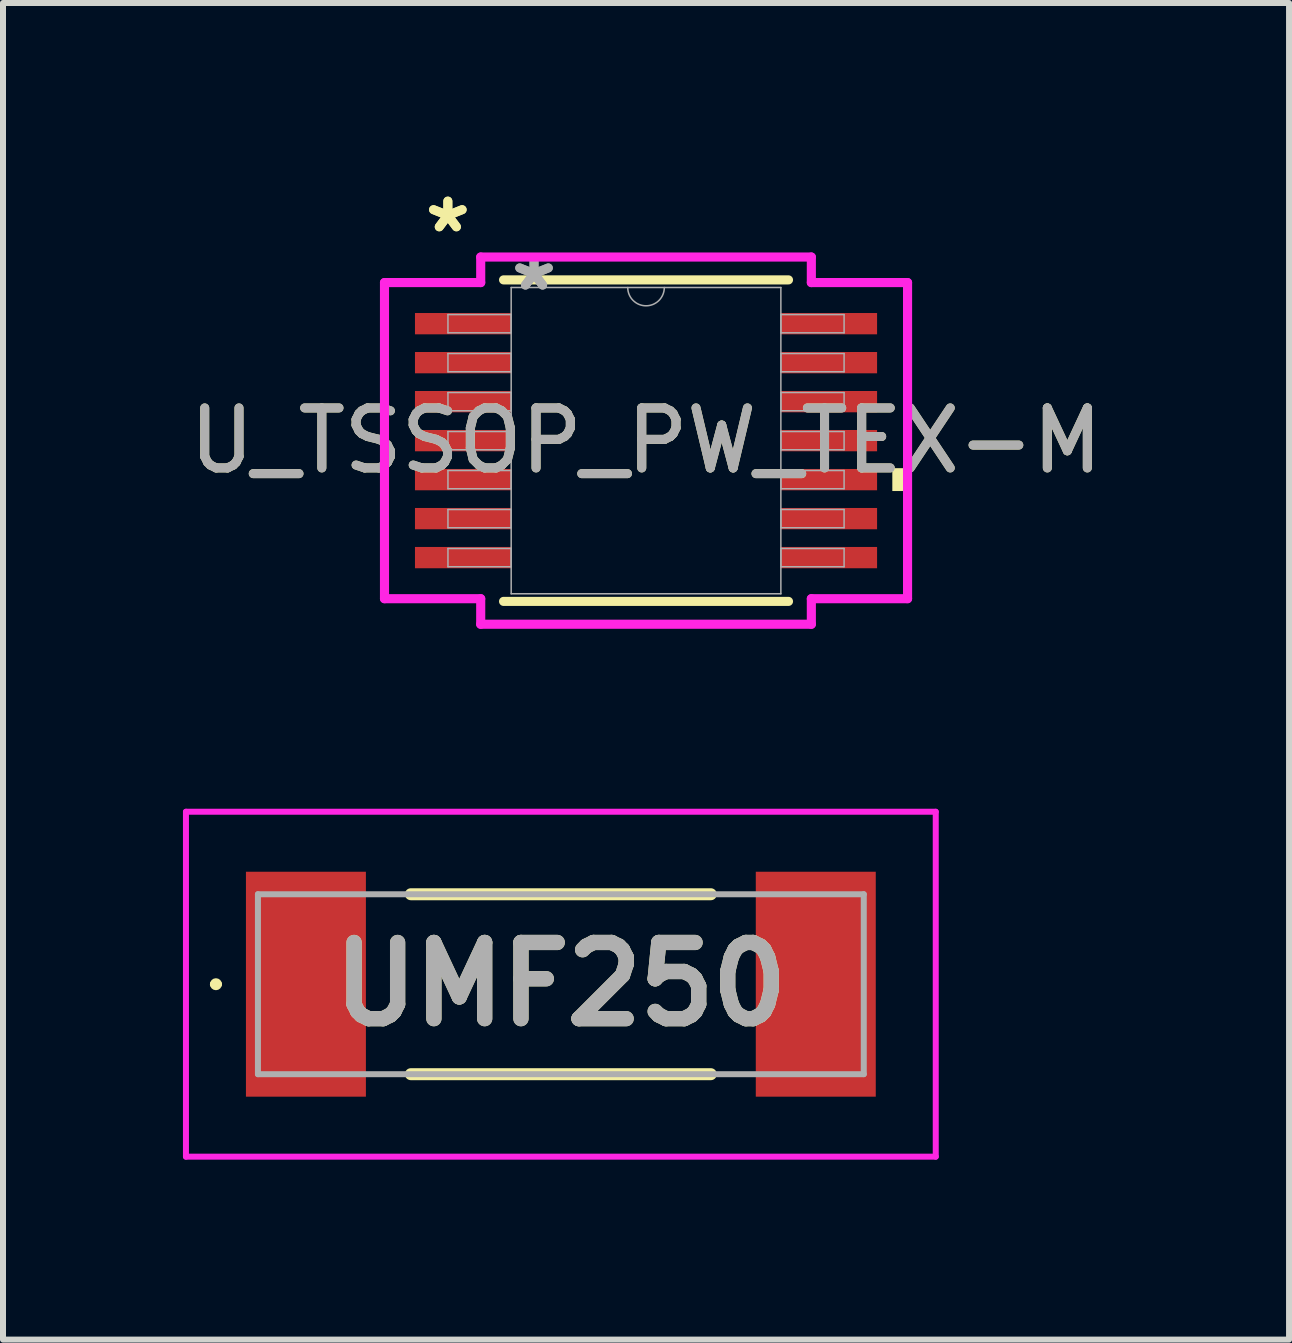
<source format=kicad_pcb>
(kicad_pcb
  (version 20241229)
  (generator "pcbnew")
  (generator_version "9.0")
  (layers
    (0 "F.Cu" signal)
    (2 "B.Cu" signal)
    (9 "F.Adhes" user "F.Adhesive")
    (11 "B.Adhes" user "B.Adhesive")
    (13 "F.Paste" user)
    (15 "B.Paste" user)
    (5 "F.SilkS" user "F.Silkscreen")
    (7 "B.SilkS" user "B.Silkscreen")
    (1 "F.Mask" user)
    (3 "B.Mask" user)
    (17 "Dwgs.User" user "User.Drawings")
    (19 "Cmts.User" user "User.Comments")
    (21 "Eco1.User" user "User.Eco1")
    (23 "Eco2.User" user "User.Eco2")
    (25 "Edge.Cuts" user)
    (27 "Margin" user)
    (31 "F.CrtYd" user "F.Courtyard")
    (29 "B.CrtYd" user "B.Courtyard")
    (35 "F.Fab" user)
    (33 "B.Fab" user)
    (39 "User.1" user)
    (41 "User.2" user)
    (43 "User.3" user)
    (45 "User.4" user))
  (footprint "UMF250"
    (layer "F.Cu")
    (at 6.3 13.358)
    (property "Reference" "UMF250" (at 0 0 0) (layer "F.SilkS") (effects (font (size 1.27 1.27) (thickness 0.254))))
    (attr smd)
    (fp_line (start -5.8 0) (end -5.8 0) (stroke (width 0.1) (type solid)) (layer "F.SilkS"))
    (fp_line (start -5.7 0) (end -5.7 0) (stroke (width 0.1) (type solid)) (layer "F.SilkS"))
    (fp_line (start -2.5 -1.5) (end 2.5 -1.5) (stroke (width 0.2) (type solid)) (layer "F.SilkS"))
    (fp_line (start -2.5 1.5) (end 2.5 1.5) (stroke (width 0.2) (type solid)) (layer "F.SilkS"))
    (fp_arc (start -5.8 0) (mid -5.75 -0.05) (end -5.7 0) (stroke (width 0.1) (type solid)) (layer "F.SilkS"))
    (fp_arc (start -5.7 0) (mid -5.75 0.05) (end -5.8 0) (stroke (width 0.1) (type solid)) (layer "F.SilkS"))
    (fp_line (start -6.25 -2.875) (end 6.25 -2.875) (stroke (width 0.1) (type solid)) (layer "F.CrtYd"))
    (fp_line (start -6.25 2.875) (end -6.25 -2.875) (stroke (width 0.1) (type solid)) (layer "F.CrtYd"))
    (fp_line (start 6.25 -2.875) (end 6.25 2.875) (stroke (width 0.1) (type solid)) (layer "F.CrtYd"))
    (fp_line (start 6.25 2.875) (end -6.25 2.875) (stroke (width 0.1) (type solid)) (layer "F.CrtYd"))
    (fp_line (start -5.05 -1.5) (end 5.05 -1.5) (stroke (width 0.1) (type solid)) (layer "F.Fab"))
    (fp_line (start -5.05 1.5) (end -5.05 -1.5) (stroke (width 0.1) (type solid)) (layer "F.Fab"))
    (fp_line (start 5.05 -1.5) (end 5.05 1.5) (stroke (width 0.1) (type solid)) (layer "F.Fab"))
    (fp_line (start 5.05 1.5) (end -5.05 1.5) (stroke (width 0.1) (type solid)) (layer "F.Fab"))
    (fp_text user "${REFERENCE}" (at 0 0 0) (layer "F.Fab") (effects (font (size 1.27 1.27) (thickness 0.254))))
    (pad "1" smd rect (at -4.25 0) (size 2 3.75) (layers "F.Cu" "F.Mask" "F.Paste"))
    (pad "2" smd rect (at 4.25 0) (size 2 3.75) (layers "F.Cu" "F.Mask" "F.Paste")))
  (footprint "U_TSSOP_PW_TEX-M"
    (layer "F.Cu")
    (at 7.72 4.296)
    (property "Reference" "U_TSSOP_PW_TEX-M" (at 0 0 0) (unlocked yes) (layer "F.SilkS") (effects (font (size 1 1) (thickness 0.15))))
    (attr smd)
    (fp_line (start -2.375 2.68) (end 2.375 2.68) (stroke (width 0.152) (type solid)) (layer "F.SilkS"))
    (fp_line (start 2.375 -2.68) (end -2.375 -2.68) (stroke (width 0.152) (type solid)) (layer "F.SilkS"))
    (fp_poly (pts (xy 4.36 0.459) (xy 4.36 0.84) (xy 4.106 0.84) (xy 4.106 0.459)) (stroke (width 0) (type solid)) (fill yes) (layer "F.SilkS"))
    (fp_line (start -4.36 -2.635) (end -2.756 -2.635) (stroke (width 0.152) (type solid)) (layer "F.CrtYd"))
    (fp_line (start -4.36 2.635) (end -4.36 -2.635) (stroke (width 0.152) (type solid)) (layer "F.CrtYd"))
    (fp_line (start -4.36 2.635) (end -2.756 2.635) (stroke (width 0.152) (type solid)) (layer "F.CrtYd"))
    (fp_line (start -2.756 -3.061) (end 2.756 -3.061) (stroke (width 0.152) (type solid)) (layer "F.CrtYd"))
    (fp_line (start -2.756 -2.635) (end -2.756 -3.061) (stroke (width 0.152) (type solid)) (layer "F.CrtYd"))
    (fp_line (start -2.756 3.061) (end -2.756 2.635) (stroke (width 0.152) (type solid)) (layer "F.CrtYd"))
    (fp_line (start 2.756 -3.061) (end 2.756 -2.635) (stroke (width 0.152) (type solid)) (layer "F.CrtYd"))
    (fp_line (start 2.756 2.635) (end 2.756 3.061) (stroke (width 0.152) (type solid)) (layer "F.CrtYd"))
    (fp_line (start 2.756 3.061) (end -2.756 3.061) (stroke (width 0.152) (type solid)) (layer "F.CrtYd"))
    (fp_line (start 4.36 -2.635) (end 2.756 -2.635) (stroke (width 0.152) (type solid)) (layer "F.CrtYd"))
    (fp_line (start 4.36 -2.635) (end 4.36 2.635) (stroke (width 0.152) (type solid)) (layer "F.CrtYd"))
    (fp_line (start 4.36 2.635) (end 2.756 2.635) (stroke (width 0.152) (type solid)) (layer "F.CrtYd"))
    (fp_line (start -3.302 -2.102) (end -3.302 -1.798) (stroke (width 0.025) (type solid)) (layer "F.Fab"))
    (fp_line (start -3.302 -1.798) (end -2.248 -1.798) (stroke (width 0.025) (type solid)) (layer "F.Fab"))
    (fp_line (start -3.302 -1.452) (end -3.302 -1.148) (stroke (width 0.025) (type solid)) (layer "F.Fab"))
    (fp_line (start -3.302 -1.148) (end -2.248 -1.148) (stroke (width 0.025) (type solid)) (layer "F.Fab"))
    (fp_line (start -3.302 -0.802) (end -3.302 -0.498) (stroke (width 0.025) (type solid)) (layer "F.Fab"))
    (fp_line (start -3.302 -0.498) (end -2.248 -0.498) (stroke (width 0.025) (type solid)) (layer "F.Fab"))
    (fp_line (start -3.302 -0.152) (end -3.302 0.152) (stroke (width 0.025) (type solid)) (layer "F.Fab"))
    (fp_line (start -3.302 0.152) (end -2.248 0.152) (stroke (width 0.025) (type solid)) (layer "F.Fab"))
    (fp_line (start -3.302 0.498) (end -3.302 0.802) (stroke (width 0.025) (type solid)) (layer "F.Fab"))
    (fp_line (start -3.302 0.802) (end -2.248 0.802) (stroke (width 0.025) (type solid)) (layer "F.Fab"))
    (fp_line (start -3.302 1.148) (end -3.302 1.452) (stroke (width 0.025) (type solid)) (layer "F.Fab"))
    (fp_line (start -3.302 1.452) (end -2.248 1.452) (stroke (width 0.025) (type solid)) (layer "F.Fab"))
    (fp_line (start -3.302 1.798) (end -3.302 2.102) (stroke (width 0.025) (type solid)) (layer "F.Fab"))
    (fp_line (start -3.302 2.102) (end -2.248 2.102) (stroke (width 0.025) (type solid)) (layer "F.Fab"))
    (fp_line (start -2.248 -2.553) (end -2.248 2.553) (stroke (width 0.025) (type solid)) (layer "F.Fab"))
    (fp_line (start -2.248 -2.102) (end -3.302 -2.102) (stroke (width 0.025) (type solid)) (layer "F.Fab"))
    (fp_line (start -2.248 -1.798) (end -2.248 -2.102) (stroke (width 0.025) (type solid)) (layer "F.Fab"))
    (fp_line (start -2.248 -1.452) (end -3.302 -1.452) (stroke (width 0.025) (type solid)) (layer "F.Fab"))
    (fp_line (start -2.248 -1.148) (end -2.248 -1.452) (stroke (width 0.025) (type solid)) (layer "F.Fab"))
    (fp_line (start -2.248 -0.802) (end -3.302 -0.802) (stroke (width 0.025) (type solid)) (layer "F.Fab"))
    (fp_line (start -2.248 -0.498) (end -2.248 -0.802) (stroke (width 0.025) (type solid)) (layer "F.Fab"))
    (fp_line (start -2.248 -0.152) (end -3.302 -0.152) (stroke (width 0.025) (type solid)) (layer "F.Fab"))
    (fp_line (start -2.248 0.152) (end -2.248 -0.152) (stroke (width 0.025) (type solid)) (layer "F.Fab"))
    (fp_line (start -2.248 0.498) (end -3.302 0.498) (stroke (width 0.025) (type solid)) (layer "F.Fab"))
    (fp_line (start -2.248 0.802) (end -2.248 0.498) (stroke (width 0.025) (type solid)) (layer "F.Fab"))
    (fp_line (start -2.248 1.148) (end -3.302 1.148) (stroke (width 0.025) (type solid)) (layer "F.Fab"))
    (fp_line (start -2.248 1.452) (end -2.248 1.148) (stroke (width 0.025) (type solid)) (layer "F.Fab"))
    (fp_line (start -2.248 1.798) (end -3.302 1.798) (stroke (width 0.025) (type solid)) (layer "F.Fab"))
    (fp_line (start -2.248 2.102) (end -2.248 1.798) (stroke (width 0.025) (type solid)) (layer "F.Fab"))
    (fp_line (start -2.248 2.553) (end 2.248 2.553) (stroke (width 0.025) (type solid)) (layer "F.Fab"))
    (fp_line (start 2.248 -2.553) (end -2.248 -2.553) (stroke (width 0.025) (type solid)) (layer "F.Fab"))
    (fp_line (start 2.248 -2.102) (end 2.248 -1.798) (stroke (width 0.025) (type solid)) (layer "F.Fab"))
    (fp_line (start 2.248 -1.798) (end 3.302 -1.798) (stroke (width 0.025) (type solid)) (layer "F.Fab"))
    (fp_line (start 2.248 -1.452) (end 2.248 -1.148) (stroke (width 0.025) (type solid)) (layer "F.Fab"))
    (fp_line (start 2.248 -1.148) (end 3.302 -1.148) (stroke (width 0.025) (type solid)) (layer "F.Fab"))
    (fp_line (start 2.248 -0.802) (end 2.248 -0.498) (stroke (width 0.025) (type solid)) (layer "F.Fab"))
    (fp_line (start 2.248 -0.498) (end 3.302 -0.498) (stroke (width 0.025) (type solid)) (layer "F.Fab"))
    (fp_line (start 2.248 -0.152) (end 2.248 0.152) (stroke (width 0.025) (type solid)) (layer "F.Fab"))
    (fp_line (start 2.248 0.152) (end 3.302 0.152) (stroke (width 0.025) (type solid)) (layer "F.Fab"))
    (fp_line (start 2.248 0.498) (end 2.248 0.802) (stroke (width 0.025) (type solid)) (layer "F.Fab"))
    (fp_line (start 2.248 0.802) (end 3.302 0.802) (stroke (width 0.025) (type solid)) (layer "F.Fab"))
    (fp_line (start 2.248 1.148) (end 2.248 1.452) (stroke (width 0.025) (type solid)) (layer "F.Fab"))
    (fp_line (start 2.248 1.452) (end 3.302 1.452) (stroke (width 0.025) (type solid)) (layer "F.Fab"))
    (fp_line (start 2.248 1.798) (end 2.248 2.102) (stroke (width 0.025) (type solid)) (layer "F.Fab"))
    (fp_line (start 2.248 2.102) (end 3.302 2.102) (stroke (width 0.025) (type solid)) (layer "F.Fab"))
    (fp_line (start 2.248 2.553) (end 2.248 -2.553) (stroke (width 0.025) (type solid)) (layer "F.Fab"))
    (fp_line (start 3.302 -2.102) (end 2.248 -2.102) (stroke (width 0.025) (type solid)) (layer "F.Fab"))
    (fp_line (start 3.302 -1.798) (end 3.302 -2.102) (stroke (width 0.025) (type solid)) (layer "F.Fab"))
    (fp_line (start 3.302 -1.452) (end 2.248 -1.452) (stroke (width 0.025) (type solid)) (layer "F.Fab"))
    (fp_line (start 3.302 -1.148) (end 3.302 -1.452) (stroke (width 0.025) (type solid)) (layer "F.Fab"))
    (fp_line (start 3.302 -0.802) (end 2.248 -0.802) (stroke (width 0.025) (type solid)) (layer "F.Fab"))
    (fp_line (start 3.302 -0.498) (end 3.302 -0.802) (stroke (width 0.025) (type solid)) (layer "F.Fab"))
    (fp_line (start 3.302 -0.152) (end 2.248 -0.152) (stroke (width 0.025) (type solid)) (layer "F.Fab"))
    (fp_line (start 3.302 0.152) (end 3.302 -0.152) (stroke (width 0.025) (type solid)) (layer "F.Fab"))
    (fp_line (start 3.302 0.498) (end 2.248 0.498) (stroke (width 0.025) (type solid)) (layer "F.Fab"))
    (fp_line (start 3.302 0.802) (end 3.302 0.498) (stroke (width 0.025) (type solid)) (layer "F.Fab"))
    (fp_line (start 3.302 1.148) (end 2.248 1.148) (stroke (width 0.025) (type solid)) (layer "F.Fab"))
    (fp_line (start 3.302 1.452) (end 3.302 1.148) (stroke (width 0.025) (type solid)) (layer "F.Fab"))
    (fp_line (start 3.302 1.798) (end 2.248 1.798) (stroke (width 0.025) (type solid)) (layer "F.Fab"))
    (fp_line (start 3.302 2.102) (end 3.302 1.798) (stroke (width 0.025) (type solid)) (layer "F.Fab"))
    (fp_arc (start 0.3048 -2.5527) (mid 0 -2.2479) (end -0.3048 -2.5527) (stroke (width 0.0254) (type solid)) (layer "F.Fab"))
    (fp_text user "*" (at -3.304 -3.448 0) (layer "F.SilkS") (effects (font (size 1 1) (thickness 0.15))))
    (fp_text user "*" (at -3.304 -3.448 0) (unlocked yes) (layer "F.SilkS") (effects (font (size 1 1) (thickness 0.15))))
    (fp_text user "${REFERENCE}" (at 0 0 0) (unlocked yes) (layer "F.Fab") (effects (font (size 1 1) (thickness 0.15))))
    (fp_text user "*" (at -1.867 -2.477 0) (layer "F.Fab") (effects (font (size 1 1) (thickness 0.15))))
    (fp_text user "*" (at -1.867 -2.477 0) (unlocked yes) (layer "F.Fab") (effects (font (size 1 1) (thickness 0.15))))
    (pad "1" smd rect (at -3.05 -1.95) (size 1.604 0.355) (layers "F.Cu" "F.Mask" "F.Paste"))
    (pad "2" smd rect (at -3.05 -1.3) (size 1.604 0.355) (layers "F.Cu" "F.Mask" "F.Paste"))
    (pad "3" smd rect (at -3.05 -0.65) (size 1.604 0.355) (layers "F.Cu" "F.Mask" "F.Paste"))
    (pad "4" smd rect (at -3.05 0) (size 1.604 0.355) (layers "F.Cu" "F.Mask" "F.Paste"))
    (pad "5" smd rect (at -3.05 0.65) (size 1.604 0.355) (layers "F.Cu" "F.Mask" "F.Paste"))
    (pad "6" smd rect (at -3.05 1.3) (size 1.604 0.355) (layers "F.Cu" "F.Mask" "F.Paste"))
    (pad "7" smd rect (at -3.05 1.95) (size 1.604 0.355) (layers "F.Cu" "F.Mask" "F.Paste"))
    (pad "8" smd rect (at 3.05 1.95) (size 1.604 0.355) (layers "F.Cu" "F.Mask" "F.Paste"))
    (pad "9" smd rect (at 3.05 1.3) (size 1.604 0.355) (layers "F.Cu" "F.Mask" "F.Paste"))
    (pad "10" smd rect (at 3.05 0.65) (size 1.604 0.355) (layers "F.Cu" "F.Mask" "F.Paste"))
    (pad "11" smd rect (at 3.05 0) (size 1.604 0.355) (layers "F.Cu" "F.Mask" "F.Paste"))
    (pad "12" smd rect (at 3.05 -0.65) (size 1.604 0.355) (layers "F.Cu" "F.Mask" "F.Paste"))
    (pad "13" smd rect (at 3.05 -1.3) (size 1.604 0.355) (layers "F.Cu" "F.Mask" "F.Paste"))
    (pad "14" smd rect (at 3.05 -1.95) (size 1.604 0.355) (layers "F.Cu" "F.Mask" "F.Paste")))
  (gr_rect
    (start -3 -3)
    (end 18.44 19.283)
    (stroke (width 0.1) (type default))
    (fill no)
    (layer "Edge.Cuts")))
</source>
